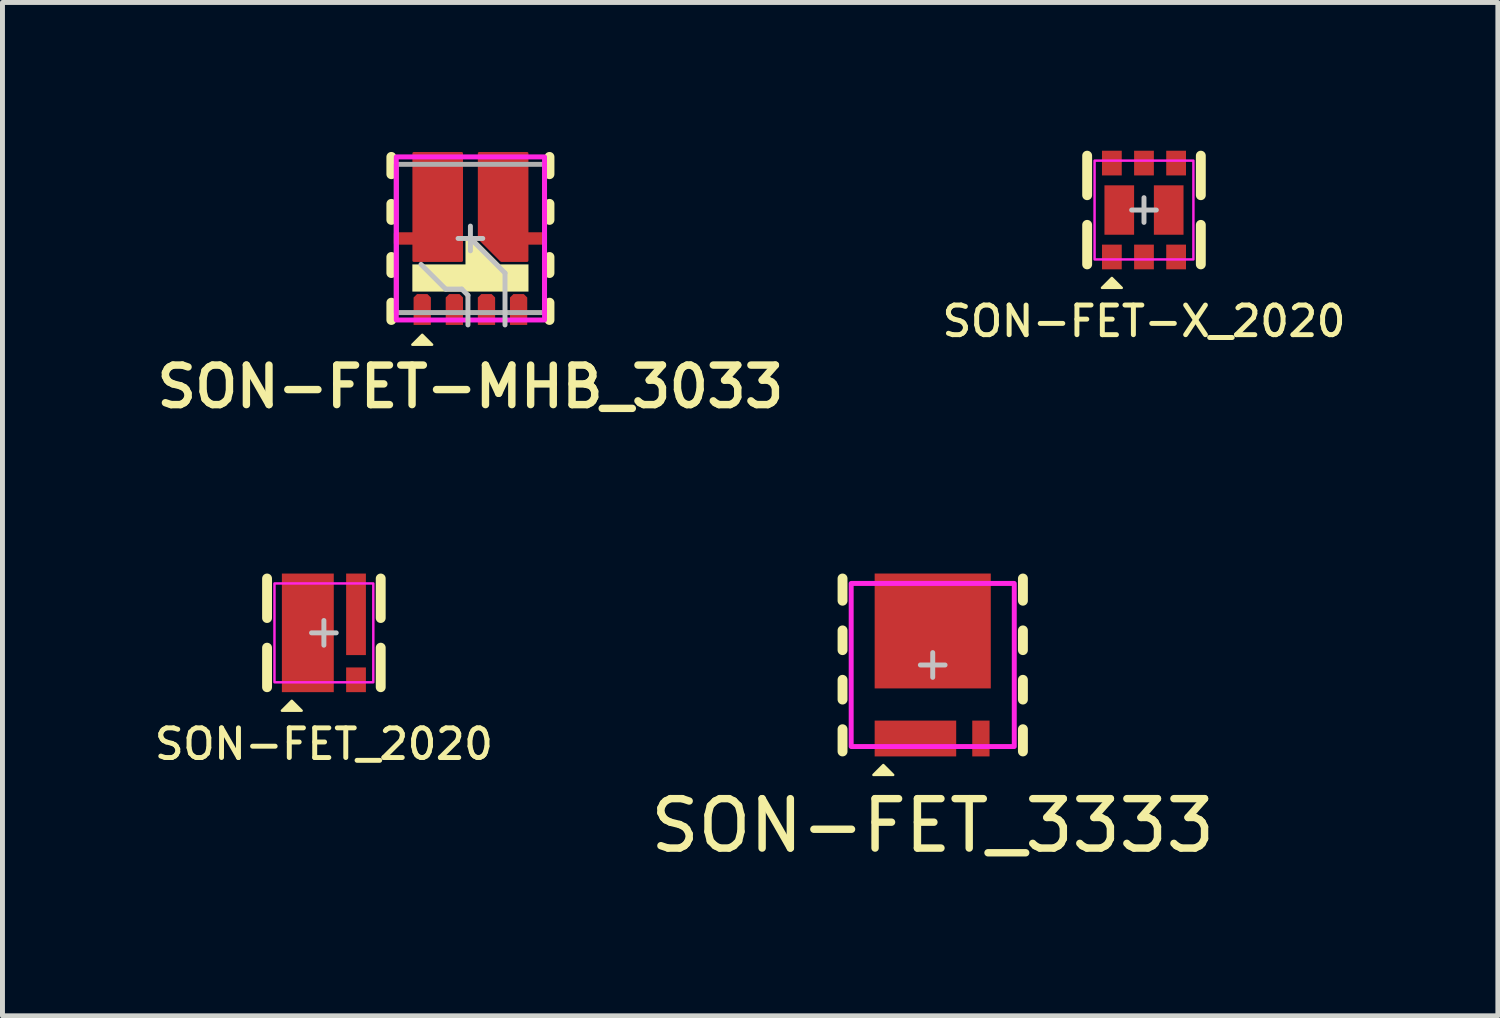
<source format=kicad_pcb>
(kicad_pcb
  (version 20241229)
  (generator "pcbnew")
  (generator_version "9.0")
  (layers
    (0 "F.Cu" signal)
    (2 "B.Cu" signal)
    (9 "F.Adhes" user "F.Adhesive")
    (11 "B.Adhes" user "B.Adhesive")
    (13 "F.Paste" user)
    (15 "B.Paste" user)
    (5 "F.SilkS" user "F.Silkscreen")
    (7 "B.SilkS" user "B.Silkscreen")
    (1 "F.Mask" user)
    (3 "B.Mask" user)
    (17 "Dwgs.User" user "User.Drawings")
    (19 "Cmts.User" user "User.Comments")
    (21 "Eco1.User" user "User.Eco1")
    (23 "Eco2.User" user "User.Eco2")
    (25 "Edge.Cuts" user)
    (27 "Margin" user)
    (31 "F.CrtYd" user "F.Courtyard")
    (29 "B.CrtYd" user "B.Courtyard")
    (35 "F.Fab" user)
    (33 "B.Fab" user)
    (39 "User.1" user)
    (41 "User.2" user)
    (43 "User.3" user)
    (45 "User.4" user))
  (footprint "SON-FET_2020"
    (layer "F.Cu")
    (at 3.504 9.756)
    (property "Reference" "SON-FET_2020" (at 0 2.25 0) (unlocked yes) (layer "F.SilkS") (effects (font (size 0.6 0.6) (thickness 0.1) (bold yes))))
    (attr smd)
    (fp_rect (start -0.85 -0.7) (end -0.45 -1.2) (stroke (width 0.1) (type solid)) (fill yes) (layer "F.Mask"))
    (fp_rect (start -0.85 -0.45) (end 0.2 0.45) (stroke (width 0.1) (type solid)) (fill yes) (layer "F.Mask"))
    (fp_rect (start -0.85 1.2) (end -0.45 0.7) (stroke (width 0.1) (type solid)) (fill yes) (layer "F.Mask"))
    (fp_rect (start -0.2 -0.7) (end 0.2 -1.2) (stroke (width 0.1) (type solid)) (fill yes) (layer "F.Mask"))
    (fp_rect (start -0.2 1.2) (end 0.2 0.7) (stroke (width 0.1) (type solid)) (fill yes) (layer "F.Mask"))
    (fp_rect (start 0.45 -0.7) (end 0.85 -1.2) (stroke (width 0.1) (type solid)) (fill yes) (layer "F.Mask"))
    (fp_rect (start 0.45 0.45) (end 0.85 -0.45) (stroke (width 0.1) (type solid)) (fill yes) (layer "F.Mask"))
    (fp_line (start -1.15 -0.3) (end -1.15 -1.1) (stroke (width 0.2) (type solid)) (layer "F.SilkS"))
    (fp_line (start -1.15 1.1) (end -1.15 0.3) (stroke (width 0.2) (type solid)) (layer "F.SilkS"))
    (fp_line (start 1.15 -0.3) (end 1.15 -1.1) (stroke (width 0.2) (type solid)) (layer "F.SilkS"))
    (fp_line (start 1.15 1.1) (end 1.15 0.3) (stroke (width 0.2) (type solid)) (layer "F.SilkS"))
    (fp_poly (pts (xy -0.85 1.575) (xy -0.65 1.375) (xy -0.45 1.575)) (stroke (width 0.05) (type solid)) (fill yes) (layer "F.SilkS"))
    (fp_rect (start -0.8 -1.15) (end -0.475 -0.725) (stroke (width 0) (type solid)) (fill yes) (layer "F.Paste"))
    (fp_rect (start -0.8 1.15) (end -0.475 0.725) (stroke (width 0) (type solid)) (fill yes) (layer "F.Paste"))
    (fp_rect (start -0.775 -0.425) (end -0.425 0.425) (stroke (width 0) (type solid)) (fill yes) (layer "F.Paste"))
    (fp_rect (start -0.225 -0.425) (end 0.125 0.425) (stroke (width 0) (type solid)) (fill yes) (layer "F.Paste"))
    (fp_rect (start 0.15 -1.15) (end -0.175 -0.725) (stroke (width 0) (type solid)) (fill yes) (layer "F.Paste"))
    (fp_rect (start 0.15 1.15) (end -0.175 0.725) (stroke (width 0) (type solid)) (fill yes) (layer "F.Paste"))
    (fp_rect (start 0.5 -1.15) (end 0.8 -0.725) (stroke (width 0) (type solid)) (fill yes) (layer "F.Paste"))
    (fp_rect (start 0.5 0.375) (end 0.8 -0.425) (stroke (width 0) (type solid)) (fill yes) (layer "F.Paste"))
    (fp_line (start -0.25 0) (end 0.25 0) (stroke (width 0.1) (type solid)) (layer "Dwgs.User"))
    (fp_line (start 0 -0.25) (end 0 0.25) (stroke (width 0.1) (type solid)) (layer "Dwgs.User"))
    (fp_rect (start -1 -1) (end 1 1) (stroke (width 0.05) (type solid)) (fill no) (layer "F.CrtYd"))
    (pad "D" smd rect (at -0.325 0 90) (size 2.4 1.05) (layers "F.Cu"))
    (pad "G" smd rect (at 0.65 0.95 90) (size 0.5 0.4) (layers "F.Cu" "F.Mask" "F.Paste"))
    (pad "S" smd rect (at 0.65 -0.375 90) (size 1.65 0.4) (layers "F.Cu")))
  (footprint "SON-FET-X_2020"
    (layer "F.Cu")
    (at 20.099 1.2)
    (property "Reference" "SON-FET-X_2020" (at 0 2.25 0) (unlocked yes) (layer "F.SilkS") (effects (font (size 0.6 0.6) (thickness 0.1) (bold yes))))
    (attr smd)
    (fp_line (start -1.15 -0.3) (end -1.15 -1.1) (stroke (width 0.2) (type solid)) (layer "F.SilkS"))
    (fp_line (start -1.15 1.1) (end -1.15 0.3) (stroke (width 0.2) (type solid)) (layer "F.SilkS"))
    (fp_line (start 1.15 -0.3) (end 1.15 -1.1) (stroke (width 0.2) (type solid)) (layer "F.SilkS"))
    (fp_line (start 1.15 1.1) (end 1.15 0.3) (stroke (width 0.2) (type solid)) (layer "F.SilkS"))
    (fp_poly (pts (xy -0.85 1.575) (xy -0.65 1.375) (xy -0.45 1.575)) (stroke (width 0.05) (type solid)) (fill yes) (layer "F.SilkS"))
    (fp_line (start 0 -0.25) (end 0 0.25) (stroke (width 0.1) (type solid)) (layer "Dwgs.User"))
    (fp_line (start 0.25 0) (end -0.25 0) (stroke (width 0.1) (type solid)) (layer "Dwgs.User"))
    (fp_rect (start -1 -1) (end 1 1) (stroke (width 0.05) (type solid)) (fill no) (layer "F.CrtYd"))
    (pad "D1" smd rect (at -0.65 -0.95 90) (size 0.5 0.4) (layers "F.Cu" "F.Mask" "F.Paste"))
    (pad "D1" smd rect (at -0.5 0 90) (size 1 0.6) (layers "F.Cu" "F.Mask" "F.Paste"))
    (pad "D2" smd rect (at 0.5 0 90) (size 1 0.6) (layers "F.Cu" "F.Mask" "F.Paste"))
    (pad "D2" smd rect (at 0.65 0.95 90) (size 0.5 0.4) (layers "F.Cu" "F.Mask" "F.Paste"))
    (pad "G1" smd rect (at 0 0.95 90) (size 0.5 0.4) (layers "F.Cu" "F.Mask" "F.Paste"))
    (pad "G2" smd rect (at 0 -0.95 90) (size 0.5 0.4) (layers "F.Cu" "F.Mask" "F.Paste"))
    (pad "S1" smd rect (at -0.65 0.95 90) (size 0.5 0.4) (layers "F.Cu" "F.Mask" "F.Paste"))
    (pad "S2" smd rect (at 0.65 -0.95 90) (size 0.5 0.4) (layers "F.Cu" "F.Mask" "F.Paste")))
  (footprint "SON-FET_3333"
    (layer "F.Cu")
    (at 15.824 10.406)
    (property "Reference" "SON-FET_3333" (at 0 3.25 0) (unlocked yes) (layer "F.SilkS") (effects (font (size 1 1) (thickness 0.15))))
    (attr smd)
    (fp_rect (start -1.175 1.125) (end -0.825 1.85) (stroke (width 0.1) (type solid)) (fill yes) (layer "F.Mask"))
    (fp_rect (start -0.525 1.125) (end -0.175 1.85) (stroke (width 0.1) (type solid)) (fill yes) (layer "F.Mask"))
    (fp_rect (start 0.125 1.125) (end 0.475 1.85) (stroke (width 0.1) (type solid)) (fill yes) (layer "F.Mask"))
    (fp_poly (pts (xy -0.8 -1.325) (xy -0.5 -1.325) (xy -0.5 -1.85) (xy -0.15 -1.85) (xy -0.15 -1.325) (xy 0.15 -1.325) (xy 0.15 -1.85) (xy 0.5 -1.85) (xy 0.5 -1.325) (xy 0.8 -1.325) (xy 0.8 -1.85) (xy 1.175 -1.85) (xy 1.175 0.475) (xy -1.175 0.475) (xy -1.175 -1.85) (xy -0.8 -1.85)) (stroke (width 0.1) (type solid)) (fill yes) (layer "F.Mask"))
    (fp_line (start -1.825 -1.75) (end -1.825 -1.3) (stroke (width 0.2) (type solid)) (layer "F.SilkS"))
    (fp_line (start -1.825 -0.7) (end -1.825 -0.3) (stroke (width 0.2) (type solid)) (layer "F.SilkS"))
    (fp_line (start -1.825 0.3) (end -1.825 0.7) (stroke (width 0.2) (type solid)) (layer "F.SilkS"))
    (fp_line (start -1.825 1.3) (end -1.825 1.75) (stroke (width 0.2) (type solid)) (layer "F.SilkS"))
    (fp_line (start 1.825 -1.75) (end 1.825 -1.3) (stroke (width 0.2) (type solid)) (layer "F.SilkS"))
    (fp_line (start 1.825 -0.7) (end 1.825 -0.3) (stroke (width 0.2) (type solid)) (layer "F.SilkS"))
    (fp_line (start 1.825 0.3) (end 1.825 0.7) (stroke (width 0.2) (type solid)) (layer "F.SilkS"))
    (fp_line (start 1.825 1.3) (end 1.825 1.75) (stroke (width 0.2) (type solid)) (layer "F.SilkS"))
    (fp_poly (pts (xy -1.2 2.225) (xy -1 2.025) (xy -0.8 2.225)) (stroke (width 0.05) (type solid)) (fill yes) (layer "F.SilkS"))
    (fp_rect (start -1.125 1.175) (end -0.85 1.8) (stroke (width 0) (type solid)) (fill yes) (layer "F.Paste"))
    (fp_rect (start -1.1 -1.775) (end -0.825 -1.45) (stroke (width 0) (type solid)) (fill yes) (layer "F.Paste"))
    (fp_rect (start -1.05 -1.25) (end -0.1 -0.55) (stroke (width 0) (type solid)) (fill yes) (layer "F.Paste"))
    (fp_rect (start -1.05 -0.35) (end -0.1 0.35) (stroke (width 0) (type solid)) (fill yes) (layer "F.Paste"))
    (fp_rect (start -0.5 1.175) (end -0.2 1.8) (stroke (width 0) (type solid)) (fill yes) (layer "F.Paste"))
    (fp_rect (start -0.475 -1.775) (end -0.175 -1.45) (stroke (width 0) (type solid)) (fill yes) (layer "F.Paste"))
    (fp_rect (start 0.1 -1.25) (end 1.05 -0.55) (stroke (width 0) (type solid)) (fill yes) (layer "F.Paste"))
    (fp_rect (start 0.1 -0.35) (end 1.05 0.35) (stroke (width 0) (type solid)) (fill yes) (layer "F.Paste"))
    (fp_rect (start 0.15 1.175) (end 0.425 1.8) (stroke (width 0) (type solid)) (fill yes) (layer "F.Paste"))
    (fp_rect (start 0.175 -1.775) (end 0.475 -1.45) (stroke (width 0) (type solid)) (fill yes) (layer "F.Paste"))
    (fp_rect (start 0.825 -1.775) (end 1.1 -1.45) (stroke (width 0) (type solid)) (fill yes) (layer "F.Paste"))
    (fp_line (start -0.25 0) (end 0.25 0) (stroke (width 0.1) (type solid)) (layer "Dwgs.User"))
    (fp_line (start 0 -0.25) (end 0 0.25) (stroke (width 0.1) (type solid)) (layer "Dwgs.User"))
    (fp_rect (start -1.65 -1.65) (end 1.65 1.65) (stroke (width 0.1) (type solid)) (fill no) (layer "F.CrtYd"))
    (pad "D" smd rect (at 0 -0.688) (size 2.35 2.325) (layers "F.Cu"))
    (pad "G" smd rect (at 0.975 1.488 90) (size 0.725 0.35) (layers "F.Cu" "F.Mask" "F.Paste"))
    (pad "S" smd rect (at -0.35 1.488) (size 1.65 0.725) (layers "F.Cu")))
  (footprint "SON-FET-MHB_3033"
    (layer "F.Cu")
    (at 6.469 1.775)
    (property "Reference" "SON-FET-MHB_3033" (at 0 3 0) (unlocked yes) (layer "F.SilkS") (effects (font (size 0.8 0.8) (thickness 0.15))))
    (attr smd)
    (fp_poly (pts (xy -1.175 -0.125) (xy -1.55 -0.125) (xy -1.55 0.125) (xy -1.175 0.125) (xy -1.175 0.475) (xy -0.15 0.475) (xy -0.15 -1.75) (xy -0.525 -1.75) (xy -0.525 -1.35) (xy -0.825 -1.35) (xy -0.825 -1.75) (xy -1.175 -1.75)) (stroke (width 0.05) (type solid)) (fill yes) (layer "F.Mask"))
    (fp_poly (pts (xy 0.15 0) (xy 0.625 0.475) (xy 1.175 0.475) (xy 1.175 0.125) (xy 1.55 0.125) (xy 1.55 -0.125) (xy 1.175 -0.125) (xy 1.175 -1.75) (xy 0.825 -1.75) (xy 0.825 -1.35) (xy 0.525 -1.35) (xy 0.525 -1.75) (xy 0.15 -1.75)) (stroke (width 0.05) (type solid)) (fill yes) (layer "F.Mask"))
    (fp_line (start -1.6 -1.65) (end -1.6 -1.3) (stroke (width 0.2) (type solid)) (layer "F.SilkS"))
    (fp_line (start -1.6 -0.7) (end -1.6 -0.375) (stroke (width 0.2) (type solid)) (layer "F.SilkS"))
    (fp_line (start -1.6 0.375) (end -1.6 0.7) (stroke (width 0.2) (type solid)) (layer "F.SilkS"))
    (fp_line (start -1.6 1.3) (end -1.6 1.65) (stroke (width 0.2) (type solid)) (layer "F.SilkS"))
    (fp_line (start 1.6 -1.65) (end 1.6 -1.3) (stroke (width 0.2) (type solid)) (layer "F.SilkS"))
    (fp_line (start 1.6 -0.7) (end 1.6 -0.375) (stroke (width 0.2) (type solid)) (layer "F.SilkS"))
    (fp_line (start 1.6 0.375) (end 1.6 0.7) (stroke (width 0.2) (type solid)) (layer "F.SilkS"))
    (fp_line (start 1.6 1.3) (end 1.6 1.65) (stroke (width 0.2) (type solid)) (layer "F.SilkS"))
    (fp_poly (pts (xy -1.175 2.15) (xy -0.975 1.95) (xy -0.775 2.15)) (stroke (width 0.05) (type solid)) (fill yes) (layer "F.SilkS"))
    (fp_poly (pts (xy -0.1 0.025) (xy 0.1 0.025) (xy 0.6 0.525) (xy 1.175 0.525) (xy 1.175 1.075) (xy -1.175 1.075) (xy -1.175 0.525) (xy -0.1 0.525)) (stroke (width 0) (type solid)) (fill yes) (layer "F.SilkS"))
    (fp_poly (pts (xy -1.1 -1.4) (xy -1.1 -1.675) (xy -0.85 -1.675) (xy -0.85 -1.4)) (stroke (width 0) (type solid)) (fill yes) (layer "F.Paste"))
    (fp_poly (pts (xy -1.05 0.35) (xy -1.05 -1.25) (xy -0.275 -1.25) (xy -0.275 0.35)) (stroke (width 0) (type solid)) (fill yes) (layer "F.Paste"))
    (fp_poly (pts (xy -0.5 -1.4) (xy -0.5 -1.675) (xy -0.225 -1.675) (xy -0.225 -1.4)) (stroke (width 0) (type solid)) (fill yes) (layer "F.Paste"))
    (fp_poly (pts (xy 0.5 -1.675) (xy 0.5 -1.4) (xy 0.225 -1.4) (xy 0.225 -1.675)) (stroke (width 0) (type solid)) (fill yes) (layer "F.Paste"))
    (fp_poly (pts (xy 1.1 -1.675) (xy 1.1 -1.4) (xy 0.85 -1.4) (xy 0.85 -1.675)) (stroke (width 0) (type solid)) (fill yes) (layer "F.Paste"))
    (fp_poly (pts (xy 1.05 -1.25) (xy 1.05 0.35) (xy 0.675 0.35) (xy 0.275 -0.05) (xy 0.275 -1.25)) (stroke (width 0) (type solid)) (fill yes) (layer "F.Paste"))
    (fp_line (start -0.5 1.025) (end -1 0.525) (stroke (width 0.1) (type default)) (layer "Dwgs.User"))
    (fp_line (start -0.5 1.025) (end -0.175 1.025) (stroke (width 0.1) (type default)) (layer "Dwgs.User"))
    (fp_line (start -0.25 0) (end 0.25 0) (stroke (width 0.1) (type default)) (layer "Dwgs.User"))
    (fp_line (start -0.175 1.025) (end -0.05 1.15) (stroke (width 0.1) (type default)) (layer "Dwgs.User"))
    (fp_line (start -0.05 1.15) (end -0.05 1.75) (stroke (width 0.1) (type default)) (layer "Dwgs.User"))
    (fp_line (start 0 -0.25) (end 0 0.25) (stroke (width 0.1) (type default)) (layer "Dwgs.User"))
    (fp_line (start 0.7 0.7) (end 0 0) (stroke (width 0.1) (type default)) (layer "Dwgs.User"))
    (fp_line (start 0.7 1.75) (end 0.7 0.7) (stroke (width 0.1) (type default)) (layer "Dwgs.User"))
    (fp_rect (start -1.5 -1.65) (end 1.5 1.65) (stroke (width 0.1) (type default)) (fill no) (layer "F.CrtYd"))
    (fp_rect (start -1.5 -1.5) (end 1.5 1.5) (stroke (width 0.1) (type default)) (fill no) (layer "F.Fab"))
    (pad "D1" smd custom (at -0.662 -0.637) (size 1 1) (layers "F.Cu") (options (anchor circle)) (primitives (gr_poly (pts (xy 0.487 -1.087) (xy 0.487 1.087) (xy -0.487 1.087) (xy -0.487 0.738) (xy -0.863 0.738) (xy -0.863 0.537) (xy -0.487 0.537) (xy -0.487 -1.087)) (width 0.05) (fill yes))))
    (pad "D2" smd custom (at 0.662 -0.637) (size 1 1) (layers "F.Cu") (options (anchor circle)) (primitives (gr_poly (pts (xy -0.487 0.637) (xy -0.487 -1.087) (xy 0.487 -1.087) (xy 0.487 0.537) (xy 0.863 0.537) (xy 0.863 0.738) (xy 0.487 0.738) (xy 0.487 1.087) (xy -0.037 1.087)) (width 0.05) (fill yes))))
    (pad "G1" smd roundrect (at -0.325 1.438 90) (size 0.625 0.35) (layers "F.Cu" "F.Mask" "F.Paste") (roundrect_rratio 0.025) (chamfer_ratio 0.2) (chamfer top_right bottom_right))
    (pad "G2" smd roundrect (at 0.975 1.438 90) (size 0.625 0.35) (layers "F.Cu" "F.Mask" "F.Paste") (roundrect_rratio 0.025) (chamfer_ratio 0.2) (chamfer top_right bottom_right))
    (pad "S1" smd roundrect (at -0.975 1.438 90) (size 0.625 0.35) (layers "F.Cu" "F.Mask" "F.Paste") (roundrect_rratio 0.025) (chamfer_ratio 0.2) (chamfer top_right bottom_right))
    (pad "S2" smd roundrect (at 0.325 1.438 90) (size 0.625 0.35) (layers "F.Cu" "F.Mask" "F.Paste") (roundrect_rratio 0.025) (chamfer_ratio 0.2) (chamfer top_right bottom_right)))
  (gr_rect
    (start -3 -3)
    (end 27.26 17.505)
    (stroke (width 0.1) (type default))
    (fill no)
    (layer "Edge.Cuts")))
</source>
